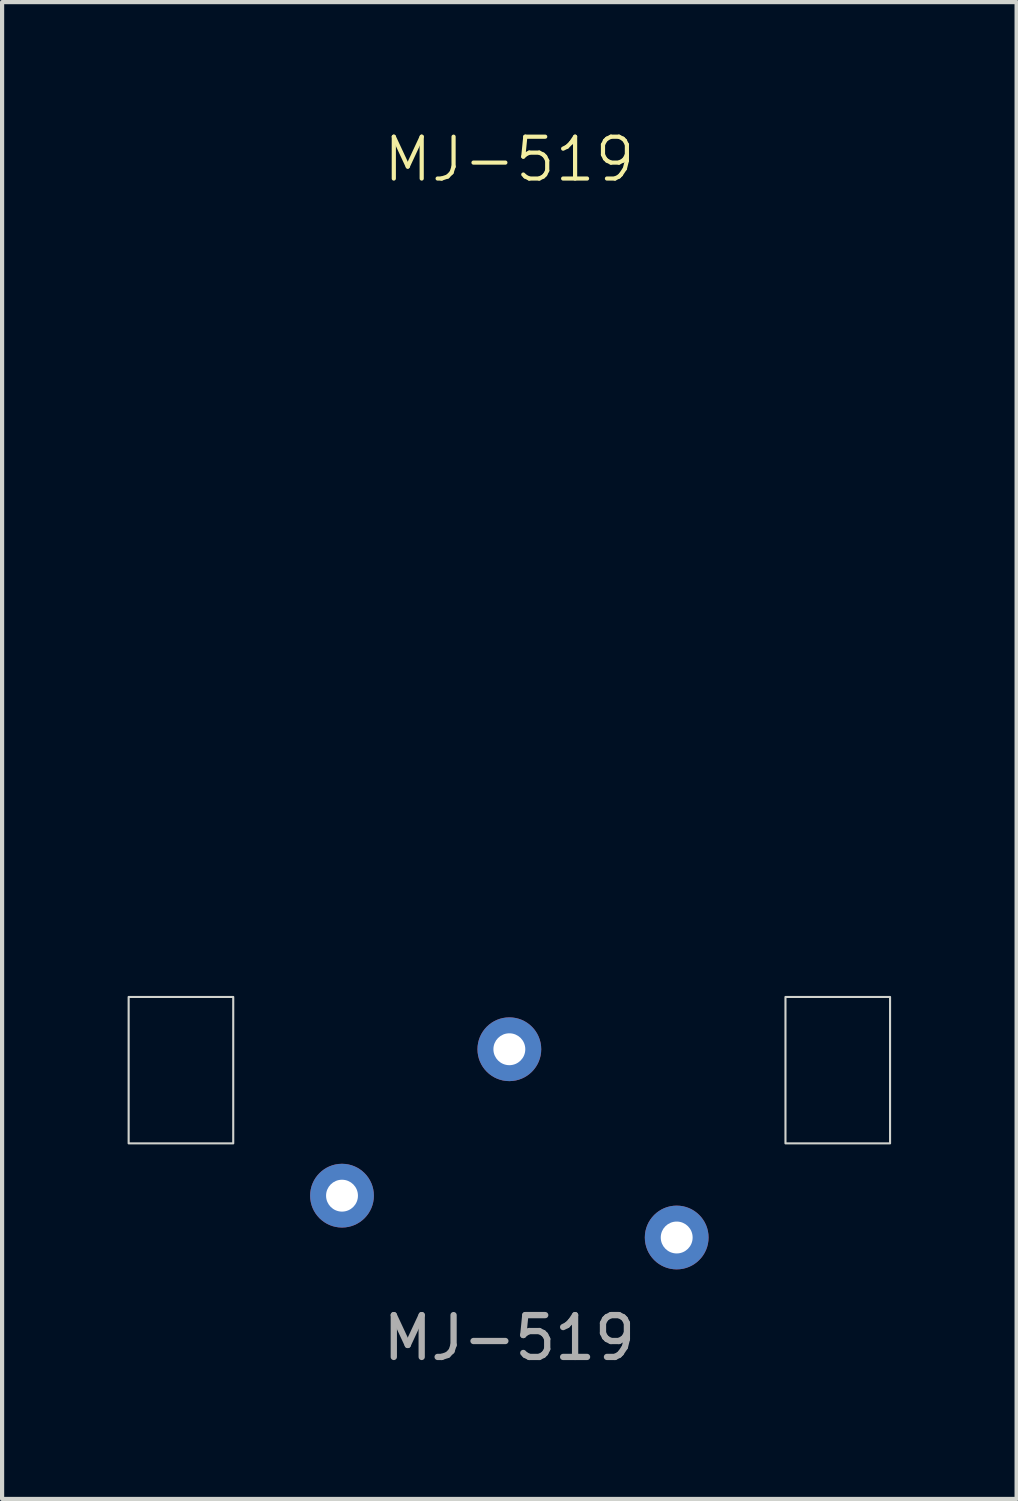
<source format=kicad_pcb>
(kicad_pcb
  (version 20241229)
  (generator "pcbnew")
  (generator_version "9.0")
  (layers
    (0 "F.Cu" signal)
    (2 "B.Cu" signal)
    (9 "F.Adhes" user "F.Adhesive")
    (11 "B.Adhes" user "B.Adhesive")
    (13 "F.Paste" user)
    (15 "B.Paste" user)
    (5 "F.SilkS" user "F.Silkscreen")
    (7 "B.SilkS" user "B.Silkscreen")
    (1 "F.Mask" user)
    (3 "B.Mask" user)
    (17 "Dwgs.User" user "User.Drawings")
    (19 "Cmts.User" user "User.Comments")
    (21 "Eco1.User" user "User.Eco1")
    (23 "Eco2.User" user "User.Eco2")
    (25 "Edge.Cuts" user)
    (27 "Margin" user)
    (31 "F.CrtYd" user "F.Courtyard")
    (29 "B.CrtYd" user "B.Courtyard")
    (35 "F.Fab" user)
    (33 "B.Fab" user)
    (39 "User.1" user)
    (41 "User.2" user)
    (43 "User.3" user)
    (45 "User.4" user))
  (footprint "MJ-519"
    (layer "F.Cu")
    (at 9.125 14.73)
    (property "Reference" "MJ-519" (at 0 -13.97 0) (unlocked yes) (layer "F.SilkS") (effects (font (size 1 1) (thickness 0.1))))
    (attr through_hole)
    (fp_rect (start -9.1 6.05) (end -6.6 9.55) (stroke (width 0.05) (type default)) (fill no) (layer "Edge.Cuts"))
    (fp_rect (start 6.6 6.05) (end 9.1 9.55) (stroke (width 0.05) (type default)) (fill no) (layer "Edge.Cuts"))
    (fp_text user "${REFERENCE}" (at 0 14.2 0) (unlocked yes) (layer "F.Fab") (effects (font (size 1 1) (thickness 0.15))))
    (pad "1" thru_hole circle (at 4 11.8) (size 1.524 1.524) (drill 0.762) (layers "*.Cu" "*.Mask"))
    (pad "2" thru_hole circle (at -4 10.8) (size 1.524 1.524) (drill 0.762) (layers "*.Cu" "*.Mask"))
    (pad "3" thru_hole circle (at 0 7.3) (size 1.524 1.524) (drill 0.762) (layers "*.Cu" "*.Mask")))
  (gr_rect
    (start -3 -3)
    (end 21.25 32.779)
    (stroke (width 0.1) (type default))
    (fill no)
    (layer "Edge.Cuts")))
</source>
